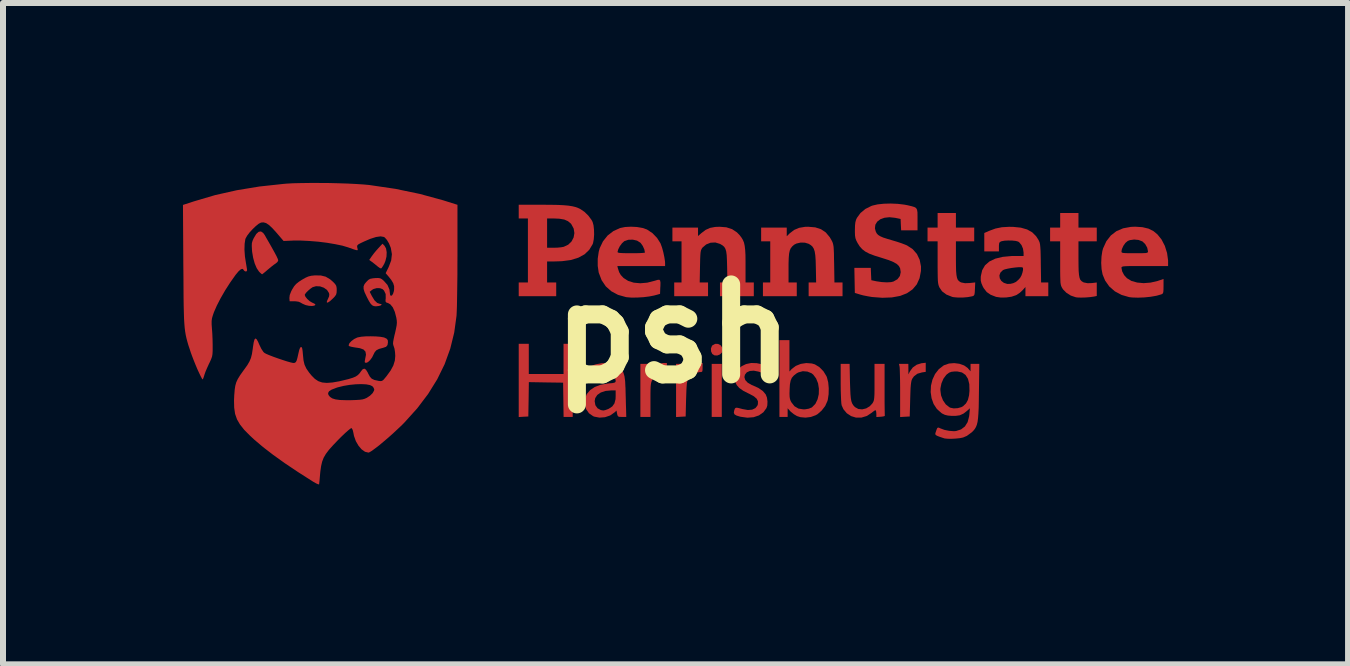
<source format=kicad_pcb>
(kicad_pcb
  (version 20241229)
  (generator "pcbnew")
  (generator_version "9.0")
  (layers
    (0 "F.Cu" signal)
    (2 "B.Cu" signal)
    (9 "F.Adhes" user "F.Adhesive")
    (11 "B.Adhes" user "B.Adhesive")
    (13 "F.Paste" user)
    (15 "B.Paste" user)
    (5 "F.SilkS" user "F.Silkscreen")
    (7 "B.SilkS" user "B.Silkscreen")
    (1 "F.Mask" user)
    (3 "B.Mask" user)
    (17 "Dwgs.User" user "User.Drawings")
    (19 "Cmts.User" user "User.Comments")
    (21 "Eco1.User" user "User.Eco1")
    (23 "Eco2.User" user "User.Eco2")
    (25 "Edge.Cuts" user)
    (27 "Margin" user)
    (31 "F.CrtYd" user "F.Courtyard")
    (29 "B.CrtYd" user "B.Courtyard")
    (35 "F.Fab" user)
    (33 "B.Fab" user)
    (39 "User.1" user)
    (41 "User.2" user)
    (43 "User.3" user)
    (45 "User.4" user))
  (footprint "psh"
    (layer "F.Cu")
    (at 8.174 2.513)
    (property "Reference" "psh" (at 0 0 0) (layer "F.SilkS") (effects (font (size 1.5 1.5) (thickness 0.3))))
    (attr board_only exclude_from_pos_files exclude_from_bom)
    (fp_poly (pts (xy 0.808 0.945) (xy 0.808 1.387) (xy 0.724 1.387) (xy 0.64 1.387) (xy 0.64 0.945) (xy 0.64 0.503) (xy 0.724 0.503) (xy 0.808 0.503)) (stroke (width 0) (type solid)) (fill yes) (layer "F.Cu"))
    (fp_poly (pts (xy 0.746 0.17) (xy 0.788 0.192) (xy 0.816 0.232) (xy 0.823 0.27) (xy 0.81 0.314) (xy 0.777 0.346) (xy 0.733 0.363) (xy 0.687 0.361) (xy 0.65 0.338) (xy 0.63 0.296) (xy 0.627 0.247) (xy 0.644 0.203) (xy 0.653 0.193) (xy 0.698 0.169)) (stroke (width 0) (type solid)) (fill yes) (layer "F.Cu"))
    (fp_poly (pts (xy -4.814 -1.466) (xy -4.789 -1.422) (xy -4.778 -1.359) (xy -4.781 -1.287) (xy -4.799 -1.213) (xy -4.818 -1.167) (xy -4.842 -1.125) (xy -4.862 -1.096) (xy -4.871 -1.088) (xy -4.891 -1.094) (xy -4.922 -1.116) (xy -4.933 -1.125) (xy -4.977 -1.161) (xy -5.02 -1.195) (xy -5.025 -1.198) (xy -5.069 -1.23) (xy -5.025 -1.294) (xy -4.989 -1.342) (xy -4.944 -1.396) (xy -4.914 -1.429) (xy -4.848 -1.5)) (stroke (width 0) (type solid)) (fill yes) (layer "F.Cu"))
    (fp_poly (pts (xy -2.409 0.419) (xy -2.409 0.671) (xy -2.119 0.671) (xy -1.83 0.671) (xy -1.83 0.419) (xy -1.83 0.168) (xy -1.753 0.168) (xy -1.677 0.168) (xy -1.677 0.778) (xy -1.677 1.387) (xy -1.753 1.387) (xy -1.829 1.387) (xy -1.833 1.102) (xy -1.837 0.816) (xy -2.123 0.812) (xy -2.408 0.807) (xy -2.412 1.094) (xy -2.417 1.38) (xy -2.497 1.384) (xy -2.577 1.389) (xy -2.577 0.778) (xy -2.577 0.168) (xy -2.493 0.168) (xy -2.409 0.168)) (stroke (width 0) (type solid)) (fill yes) (layer "F.Cu"))
    (fp_poly (pts (xy 0.488 0.564) (xy 0.487 0.609) (xy 0.481 0.632) (xy 0.464 0.639) (xy 0.438 0.64) (xy 0.369 0.654) (xy 0.304 0.691) (xy 0.255 0.743) (xy 0.252 0.749) (xy 0.241 0.77) (xy 0.232 0.796) (xy 0.226 0.831) (xy 0.222 0.881) (xy 0.218 0.948) (xy 0.215 1.04) (xy 0.213 1.09) (xy 0.206 1.38) (xy 0.126 1.384) (xy 0.046 1.389) (xy 0.046 0.946) (xy 0.046 0.503) (xy 0.114 0.503) (xy 0.181 0.503) (xy 0.186 0.582) (xy 0.191 0.661) (xy 0.231 0.6) (xy 0.289 0.538) (xy 0.362 0.499) (xy 0.433 0.488) (xy 0.488 0.488)) (stroke (width 0) (type solid)) (fill yes) (layer "F.Cu"))
    (fp_poly (pts (xy -0.107 0.564) (xy -0.108 0.609) (xy -0.114 0.632) (xy -0.13 0.639) (xy -0.157 0.64) (xy -0.229 0.655) (xy -0.294 0.695) (xy -0.343 0.757) (xy -0.346 0.762) (xy -0.359 0.788) (xy -0.368 0.813) (xy -0.374 0.844) (xy -0.378 0.885) (xy -0.38 0.942) (xy -0.381 1.02) (xy -0.381 1.108) (xy -0.381 1.387) (xy -0.465 1.387) (xy -0.549 1.387) (xy -0.549 0.945) (xy -0.549 0.503) (xy -0.48 0.503) (xy -0.412 0.503) (xy -0.412 0.591) (xy -0.411 0.678) (xy -0.372 0.613) (xy -0.319 0.551) (xy -0.25 0.508) (xy -0.174 0.488) (xy -0.161 0.488) (xy -0.107 0.488)) (stroke (width 0) (type solid)) (fill yes) (layer "F.Cu"))
    (fp_poly (pts (xy 4.208 0.56) (xy 4.208 0.636) (xy 4.146 0.645) (xy 4.069 0.667) (xy 4.011 0.711) (xy 3.983 0.751) (xy 3.973 0.774) (xy 3.966 0.805) (xy 3.96 0.848) (xy 3.955 0.909) (xy 3.952 0.991) (xy 3.949 1.09) (xy 3.941 1.38) (xy 3.861 1.384) (xy 3.781 1.389) (xy 3.781 0.994) (xy 3.781 0.884) (xy 3.78 0.783) (xy 3.778 0.694) (xy 3.776 0.622) (xy 3.774 0.572) (xy 3.772 0.551) (xy 3.762 0.503) (xy 3.84 0.503) (xy 3.918 0.503) (xy 3.919 0.591) (xy 3.919 0.678) (xy 3.944 0.628) (xy 3.992 0.563) (xy 4.059 0.516) (xy 4.137 0.492) (xy 4.139 0.492) (xy 4.208 0.484)) (stroke (width 0) (type solid)) (fill yes) (layer "F.Cu"))
    (fp_poly (pts (xy -6.837 -1.68) (xy -6.81 -1.643) (xy -6.788 -1.603) (xy -6.755 -1.546) (xy -6.716 -1.478) (xy -6.68 -1.414) (xy -6.644 -1.349) (xy -6.614 -1.292) (xy -6.594 -1.248) (xy -6.586 -1.224) (xy -6.586 -1.223) (xy -6.598 -1.197) (xy -6.628 -1.171) (xy -6.628 -1.171) (xy -6.66 -1.149) (xy -6.706 -1.113) (xy -6.755 -1.072) (xy -6.759 -1.069) (xy -6.802 -1.032) (xy -6.836 -1.004) (xy -6.854 -0.991) (xy -6.856 -0.991) (xy -6.87 -1.001) (xy -6.897 -1.026) (xy -6.908 -1.038) (xy -6.945 -1.093) (xy -6.978 -1.171) (xy -7.004 -1.265) (xy -7.021 -1.366) (xy -7.024 -1.403) (xy -7.027 -1.466) (xy -7.025 -1.511) (xy -7.014 -1.549) (xy -6.994 -1.594) (xy -6.992 -1.597) (xy -6.952 -1.663) (xy -6.912 -1.699) (xy -6.874 -1.705)) (stroke (width 0) (type solid)) (fill yes) (layer "F.Cu"))
    (fp_poly (pts (xy -4.959 0.045) (xy -4.886 0.051) (xy -4.829 0.061) (xy -4.813 0.066) (xy -4.776 0.085) (xy -4.76 0.108) (xy -4.757 0.142) (xy -4.764 0.189) (xy -4.788 0.218) (xy -4.837 0.235) (xy -4.841 0.236) (xy -4.907 0.254) (xy -4.95 0.276) (xy -4.977 0.307) (xy -4.991 0.334) (xy -5.02 0.393) (xy -5.055 0.441) (xy -5.091 0.474) (xy -5.122 0.486) (xy -5.142 0.479) (xy -5.144 0.46) (xy -5.137 0.425) (xy -5.137 0.422) (xy -5.123 0.35) (xy -5.132 0.298) (xy -5.165 0.263) (xy -5.223 0.242) (xy -5.245 0.238) (xy -5.318 0.227) (xy -5.366 0.218) (xy -5.395 0.21) (xy -5.408 0.203) (xy -5.412 0.193) (xy -5.412 0.191) (xy -5.4 0.159) (xy -5.366 0.123) (xy -5.321 0.089) (xy -5.272 0.065) (xy -5.259 0.061) (xy -5.201 0.05) (xy -5.126 0.044) (xy -5.043 0.043)) (stroke (width 0) (type solid)) (fill yes) (layer "F.Cu"))
    (fp_poly (pts (xy 6.754 -1.891) (xy 6.754 -1.769) (xy 6.906 -1.769) (xy 7.059 -1.769) (xy 7.059 -1.654) (xy 7.059 -1.54) (xy 6.906 -1.54) (xy 6.754 -1.54) (xy 6.754 -1.249) (xy 6.755 -1.134) (xy 6.757 -1.046) (xy 6.763 -0.98) (xy 6.772 -0.932) (xy 6.785 -0.899) (xy 6.805 -0.877) (xy 6.831 -0.86) (xy 6.845 -0.854) (xy 6.906 -0.842) (xy 6.976 -0.844) (xy 7.059 -0.854) (xy 7.059 -0.741) (xy 7.059 -0.629) (xy 7.011 -0.619) (xy 6.946 -0.61) (xy 6.871 -0.604) (xy 6.797 -0.602) (xy 6.735 -0.604) (xy 6.708 -0.608) (xy 6.626 -0.636) (xy 6.552 -0.683) (xy 6.496 -0.74) (xy 6.486 -0.756) (xy 6.474 -0.777) (xy 6.465 -0.797) (xy 6.459 -0.821) (xy 6.454 -0.853) (xy 6.452 -0.898) (xy 6.45 -0.96) (xy 6.449 -1.042) (xy 6.449 -1.15) (xy 6.449 -1.179) (xy 6.449 -1.54) (xy 6.365 -1.54) (xy 6.281 -1.54) (xy 6.281 -1.654) (xy 6.281 -1.769) (xy 6.365 -1.769) (xy 6.449 -1.769) (xy 6.449 -1.891) (xy 6.449 -2.012) (xy 6.602 -2.012) (xy 6.754 -2.012)) (stroke (width 0) (type solid)) (fill yes) (layer "F.Cu"))
    (fp_poly (pts (xy 4.711 -1.891) (xy 4.711 -1.769) (xy 4.864 -1.769) (xy 5.016 -1.769) (xy 5.016 -1.654) (xy 5.016 -1.54) (xy 4.864 -1.54) (xy 4.711 -1.54) (xy 4.711 -1.249) (xy 4.712 -1.134) (xy 4.714 -1.046) (xy 4.72 -0.98) (xy 4.729 -0.932) (xy 4.742 -0.899) (xy 4.762 -0.877) (xy 4.787 -0.86) (xy 4.802 -0.854) (xy 4.863 -0.842) (xy 4.941 -0.845) (xy 5.033 -0.855) (xy 5.028 -0.745) (xy 5.025 -0.688) (xy 5.02 -0.654) (xy 5.01 -0.636) (xy 4.993 -0.627) (xy 4.978 -0.623) (xy 4.908 -0.61) (xy 4.826 -0.603) (xy 4.744 -0.603) (xy 4.674 -0.609) (xy 4.649 -0.614) (xy 4.552 -0.653) (xy 4.48 -0.707) (xy 4.438 -0.768) (xy 4.428 -0.791) (xy 4.42 -0.815) (xy 4.414 -0.846) (xy 4.41 -0.886) (xy 4.408 -0.941) (xy 4.407 -1.016) (xy 4.406 -1.114) (xy 4.406 -1.186) (xy 4.406 -1.54) (xy 4.322 -1.54) (xy 4.238 -1.54) (xy 4.238 -1.654) (xy 4.238 -1.769) (xy 4.322 -1.769) (xy 4.406 -1.769) (xy 4.406 -1.891) (xy 4.406 -2.012) (xy 4.559 -2.012) (xy 4.711 -2.012)) (stroke (width 0) (type solid)) (fill yes) (layer "F.Cu"))
    (fp_poly (pts (xy 2.945 0.804) (xy 2.949 0.919) (xy 2.953 1.007) (xy 2.959 1.074) (xy 2.968 1.124) (xy 2.981 1.161) (xy 2.998 1.19) (xy 3.021 1.216) (xy 3.031 1.225) (xy 3.085 1.255) (xy 3.149 1.261) (xy 3.215 1.245) (xy 3.275 1.209) (xy 3.32 1.16) (xy 3.331 1.141) (xy 3.34 1.121) (xy 3.346 1.095) (xy 3.35 1.06) (xy 3.353 1.009) (xy 3.354 0.939) (xy 3.354 0.844) (xy 3.354 0.806) (xy 3.354 0.503) (xy 3.438 0.503) (xy 3.522 0.503) (xy 3.522 0.93) (xy 3.522 1.041) (xy 3.522 1.143) (xy 3.523 1.23) (xy 3.524 1.299) (xy 3.525 1.346) (xy 3.526 1.368) (xy 3.526 1.368) (xy 3.514 1.376) (xy 3.481 1.382) (xy 3.457 1.384) (xy 3.385 1.389) (xy 3.385 1.337) (xy 3.382 1.3) (xy 3.375 1.277) (xy 3.375 1.276) (xy 3.359 1.279) (xy 3.329 1.3) (xy 3.307 1.318) (xy 3.227 1.371) (xy 3.137 1.398) (xy 3.044 1.398) (xy 2.965 1.374) (xy 2.892 1.326) (xy 2.836 1.259) (xy 2.806 1.193) (xy 2.801 1.16) (xy 2.797 1.103) (xy 2.794 1.026) (xy 2.791 0.936) (xy 2.79 0.838) (xy 2.79 0.819) (xy 2.79 0.503) (xy 2.864 0.503) (xy 2.939 0.503)) (stroke (width 0) (type solid)) (fill yes) (layer "F.Cu"))
    (fp_poly (pts (xy -5.877 -0.971) (xy -5.795 -0.951) (xy -5.721 -0.907) (xy -5.675 -0.867) (xy -5.638 -0.829) (xy -5.619 -0.798) (xy -5.612 -0.763) (xy -5.611 -0.728) (xy -5.613 -0.683) (xy -5.622 -0.65) (xy -5.645 -0.618) (xy -5.677 -0.585) (xy -5.724 -0.542) (xy -5.758 -0.52) (xy -5.775 -0.52) (xy -5.775 -0.54) (xy -5.758 -0.578) (xy -5.738 -0.623) (xy -5.735 -0.657) (xy -5.741 -0.68) (xy -5.773 -0.73) (xy -5.826 -0.767) (xy -5.889 -0.789) (xy -5.956 -0.792) (xy -6.012 -0.776) (xy -6.047 -0.752) (xy -6.086 -0.719) (xy -6.12 -0.685) (xy -6.141 -0.656) (xy -6.144 -0.646) (xy -6.132 -0.616) (xy -6.102 -0.579) (xy -6.062 -0.543) (xy -6.02 -0.518) (xy -6.014 -0.516) (xy -5.981 -0.5) (xy -5.966 -0.484) (xy -5.966 -0.481) (xy -5.985 -0.468) (xy -6.024 -0.462) (xy -6.073 -0.465) (xy -6.123 -0.476) (xy -6.133 -0.479) (xy -6.177 -0.498) (xy -6.211 -0.517) (xy -6.216 -0.52) (xy -6.245 -0.533) (xy -6.292 -0.54) (xy -6.318 -0.541) (xy -6.396 -0.541) (xy -6.4 -0.595) (xy -6.394 -0.645) (xy -6.37 -0.707) (xy -6.353 -0.739) (xy -6.321 -0.791) (xy -6.287 -0.83) (xy -6.242 -0.866) (xy -6.193 -0.898) (xy -6.132 -0.933) (xy -6.084 -0.954) (xy -6.036 -0.966) (xy -5.977 -0.972)) (stroke (width 0) (type solid)) (fill yes) (layer "F.Cu"))
    (fp_poly (pts (xy -2.044 -2.149) (xy -1.924 -2.147) (xy -1.827 -2.142) (xy -1.749 -2.135) (xy -1.685 -2.125) (xy -1.631 -2.112) (xy -1.585 -2.095) (xy -1.555 -2.081) (xy -1.483 -2.033) (xy -1.416 -1.968) (xy -1.362 -1.895) (xy -1.345 -1.862) (xy -1.33 -1.807) (xy -1.322 -1.734) (xy -1.32 -1.652) (xy -1.326 -1.574) (xy -1.338 -1.511) (xy -1.345 -1.492) (xy -1.401 -1.399) (xy -1.479 -1.324) (xy -1.581 -1.268) (xy -1.706 -1.229) (xy -1.856 -1.209) (xy -1.971 -1.205) (xy -2.104 -1.204) (xy -2.104 -1.029) (xy -2.104 -0.854) (xy -2.028 -0.854) (xy -1.952 -0.854) (xy -1.952 -0.739) (xy -1.952 -0.625) (xy -2.264 -0.625) (xy -2.577 -0.625) (xy -2.577 -0.739) (xy -2.577 -0.854) (xy -2.5 -0.854) (xy -2.424 -0.854) (xy -2.424 -1.387) (xy -2.424 -1.677) (xy -2.104 -1.677) (xy -2.104 -1.433) (xy -1.993 -1.433) (xy -1.929 -1.435) (xy -1.868 -1.441) (xy -1.826 -1.449) (xy -1.752 -1.484) (xy -1.697 -1.537) (xy -1.662 -1.604) (xy -1.649 -1.678) (xy -1.661 -1.753) (xy -1.699 -1.824) (xy -1.708 -1.836) (xy -1.756 -1.876) (xy -1.817 -1.903) (xy -1.898 -1.917) (xy -1.988 -1.921) (xy -2.104 -1.921) (xy -2.104 -1.677) (xy -2.424 -1.677) (xy -2.424 -1.921) (xy -2.5 -1.921) (xy -2.577 -1.921) (xy -2.577 -2.035) (xy -2.577 -2.15) (xy -2.191 -2.15)) (stroke (width 0) (type solid)) (fill yes) (layer "F.Cu"))
    (fp_poly (pts (xy 1.391 0.491) (xy 1.448 0.503) (xy 1.501 0.52) (xy 1.528 0.537) (xy 1.535 0.56) (xy 1.527 0.596) (xy 1.525 0.6) (xy 1.512 0.636) (xy 1.501 0.655) (xy 1.5 0.656) (xy 1.482 0.651) (xy 1.445 0.64) (xy 1.417 0.631) (xy 1.341 0.616) (xy 1.276 0.621) (xy 1.225 0.644) (xy 1.194 0.683) (xy 1.185 0.724) (xy 1.2 0.773) (xy 1.242 0.818) (xy 1.307 0.855) (xy 1.324 0.861) (xy 1.418 0.904) (xy 1.492 0.955) (xy 1.54 1.011) (xy 1.561 1.064) (xy 1.57 1.131) (xy 1.567 1.196) (xy 1.553 1.24) (xy 1.501 1.31) (xy 1.427 1.362) (xy 1.338 1.392) (xy 1.236 1.4) (xy 1.125 1.385) (xy 1.108 1.381) (xy 1.051 1.363) (xy 1.02 1.344) (xy 1.009 1.318) (xy 1.015 1.281) (xy 1.016 1.278) (xy 1.025 1.251) (xy 1.037 1.237) (xy 1.059 1.233) (xy 1.097 1.241) (xy 1.157 1.257) (xy 1.159 1.257) (xy 1.243 1.272) (xy 1.314 1.266) (xy 1.369 1.24) (xy 1.403 1.196) (xy 1.41 1.174) (xy 1.411 1.126) (xy 1.39 1.084) (xy 1.344 1.044) (xy 1.271 1.004) (xy 1.26 0.999) (xy 1.167 0.952) (xy 1.1 0.905) (xy 1.057 0.856) (xy 1.035 0.808) (xy 1.025 0.729) (xy 1.041 0.656) (xy 1.08 0.593) (xy 1.139 0.542) (xy 1.212 0.506) (xy 1.298 0.488)) (stroke (width 0) (type solid)) (fill yes) (layer "F.Cu"))
    (fp_poly (pts (xy 2.366 -1.773) (xy 2.462 -1.742) (xy 2.542 -1.688) (xy 2.608 -1.609) (xy 2.635 -1.563) (xy 2.649 -1.536) (xy 2.659 -1.511) (xy 2.666 -1.483) (xy 2.672 -1.448) (xy 2.675 -1.399) (xy 2.678 -1.333) (xy 2.679 -1.244) (xy 2.681 -1.17) (xy 2.686 -0.854) (xy 2.753 -0.854) (xy 2.821 -0.854) (xy 2.821 -0.739) (xy 2.821 -0.625) (xy 2.538 -0.625) (xy 2.256 -0.625) (xy 2.256 -0.739) (xy 2.256 -0.854) (xy 2.319 -0.854) (xy 2.381 -0.854) (xy 2.376 -1.109) (xy 2.373 -1.221) (xy 2.367 -1.307) (xy 2.357 -1.371) (xy 2.341 -1.418) (xy 2.319 -1.453) (xy 2.289 -1.479) (xy 2.256 -1.499) (xy 2.193 -1.518) (xy 2.12 -1.519) (xy 2.052 -1.503) (xy 2.015 -1.484) (xy 1.983 -1.456) (xy 1.958 -1.425) (xy 1.941 -1.386) (xy 1.93 -1.334) (xy 1.924 -1.263) (xy 1.921 -1.17) (xy 1.921 -1.102) (xy 1.921 -0.854) (xy 1.99 -0.854) (xy 2.058 -0.854) (xy 2.058 -0.739) (xy 2.058 -0.625) (xy 1.776 -0.625) (xy 1.494 -0.625) (xy 1.494 -0.739) (xy 1.494 -0.854) (xy 1.555 -0.854) (xy 1.616 -0.854) (xy 1.616 -1.197) (xy 1.616 -1.54) (xy 1.54 -1.54) (xy 1.464 -1.54) (xy 1.464 -1.654) (xy 1.464 -1.769) (xy 1.677 -1.769) (xy 1.891 -1.769) (xy 1.891 -1.697) (xy 1.891 -1.625) (xy 1.94 -1.673) (xy 2.014 -1.73) (xy 2.097 -1.765) (xy 2.198 -1.782) (xy 2.249 -1.783)) (stroke (width 0) (type solid)) (fill yes) (layer "F.Cu"))
    (fp_poly (pts (xy 0.884 -1.774) (xy 0.98 -1.743) (xy 1.06 -1.69) (xy 1.102 -1.647) (xy 1.134 -1.606) (xy 1.159 -1.565) (xy 1.178 -1.52) (xy 1.19 -1.465) (xy 1.198 -1.397) (xy 1.203 -1.31) (xy 1.204 -1.199) (xy 1.204 -1.148) (xy 1.204 -0.854) (xy 1.273 -0.854) (xy 1.342 -0.854) (xy 1.342 -0.739) (xy 1.342 -0.625) (xy 1.06 -0.625) (xy 0.778 -0.625) (xy 0.778 -0.739) (xy 0.778 -0.854) (xy 0.84 -0.854) (xy 0.902 -0.854) (xy 0.897 -1.12) (xy 0.894 -1.227) (xy 0.89 -1.309) (xy 0.882 -1.37) (xy 0.869 -1.414) (xy 0.85 -1.446) (xy 0.824 -1.47) (xy 0.788 -1.492) (xy 0.776 -1.498) (xy 0.7 -1.521) (xy 0.621 -1.517) (xy 0.548 -1.488) (xy 0.487 -1.436) (xy 0.481 -1.428) (xy 0.47 -1.41) (xy 0.461 -1.388) (xy 0.455 -1.358) (xy 0.451 -1.314) (xy 0.448 -1.251) (xy 0.446 -1.165) (xy 0.445 -1.12) (xy 0.44 -0.854) (xy 0.509 -0.854) (xy 0.579 -0.854) (xy 0.579 -0.739) (xy 0.579 -0.625) (xy 0.297 -0.625) (xy 0.015 -0.625) (xy 0.015 -0.739) (xy 0.015 -0.854) (xy 0.076 -0.854) (xy 0.137 -0.854) (xy 0.137 -1.197) (xy 0.137 -1.54) (xy 0.061 -1.54) (xy -0.015 -1.54) (xy -0.015 -1.654) (xy -0.015 -1.769) (xy 0.198 -1.769) (xy 0.412 -1.769) (xy 0.412 -1.698) (xy 0.412 -1.628) (xy 0.468 -1.677) (xy 0.539 -1.731) (xy 0.613 -1.764) (xy 0.698 -1.78) (xy 0.77 -1.783)) (stroke (width 0) (type solid)) (fill yes) (layer "F.Cu"))
    (fp_poly (pts (xy 1.936 0.368) (xy 1.936 0.63) (xy 1.974 0.588) (xy 2.041 0.537) (xy 2.125 0.503) (xy 2.217 0.489) (xy 2.308 0.496) (xy 2.36 0.511) (xy 2.435 0.557) (xy 2.502 0.625) (xy 2.552 0.706) (xy 2.561 0.728) (xy 2.582 0.81) (xy 2.591 0.908) (xy 2.589 1.009) (xy 2.575 1.102) (xy 2.569 1.122) (xy 2.532 1.205) (xy 2.473 1.281) (xy 2.403 1.342) (xy 2.373 1.359) (xy 2.293 1.388) (xy 2.204 1.399) (xy 2.118 1.391) (xy 2.062 1.373) (xy 2.01 1.342) (xy 1.961 1.303) (xy 1.951 1.293) (xy 1.906 1.243) (xy 1.906 1.315) (xy 1.906 1.387) (xy 1.837 1.387) (xy 1.769 1.387) (xy 1.769 1.002) (xy 1.937 1.002) (xy 1.939 1.052) (xy 1.945 1.089) (xy 1.956 1.12) (xy 1.969 1.144) (xy 2.02 1.209) (xy 2.086 1.248) (xy 2.167 1.261) (xy 2.192 1.261) (xy 2.258 1.25) (xy 2.309 1.229) (xy 2.314 1.225) (xy 2.369 1.168) (xy 2.405 1.093) (xy 2.425 1.007) (xy 2.427 0.916) (xy 2.413 0.827) (xy 2.381 0.747) (xy 2.333 0.682) (xy 2.304 0.659) (xy 2.235 0.631) (xy 2.159 0.625) (xy 2.087 0.644) (xy 2.058 0.659) (xy 2.009 0.697) (xy 1.976 0.735) (xy 1.956 0.781) (xy 1.944 0.843) (xy 1.939 0.928) (xy 1.939 0.93) (xy 1.937 1.002) (xy 1.769 1.002) (xy 1.769 0.747) (xy 1.769 0.107) (xy 1.852 0.107) (xy 1.936 0.107)) (stroke (width 0) (type solid)) (fill yes) (layer "F.Cu"))
    (fp_poly (pts (xy -1.01 0.504) (xy -0.935 0.532) (xy -0.897 0.559) (xy -0.859 0.6) (xy -0.832 0.648) (xy -0.814 0.71) (xy -0.803 0.79) (xy -0.798 0.895) (xy -0.797 0.9) (xy -0.795 0.992) (xy -0.792 1.091) (xy -0.79 1.183) (xy -0.788 1.239) (xy -0.784 1.387) (xy -0.855 1.387) (xy -0.899 1.386) (xy -0.921 1.378) (xy -0.932 1.357) (xy -0.937 1.334) (xy -0.947 1.281) (xy -0.98 1.312) (xy -1.053 1.363) (xy -1.139 1.392) (xy -1.23 1.399) (xy -1.315 1.383) (xy -1.336 1.375) (xy -1.406 1.326) (xy -1.453 1.258) (xy -1.475 1.174) (xy -1.475 1.174) (xy -1.474 1.124) (xy -1.311 1.124) (xy -1.299 1.192) (xy -1.263 1.243) (xy -1.208 1.273) (xy -1.167 1.28) (xy -1.136 1.274) (xy -1.092 1.258) (xy -1.076 1.251) (xy -1.017 1.212) (xy -0.981 1.161) (xy -0.963 1.091) (xy -0.961 1.038) (xy -0.961 0.945) (xy -1.033 0.945) (xy -1.13 0.954) (xy -1.209 0.98) (xy -1.268 1.021) (xy -1.302 1.074) (xy -1.311 1.124) (xy -1.474 1.124) (xy -1.472 1.083) (xy -1.443 1.007) (xy -1.387 0.941) (xy -1.385 0.939) (xy -1.309 0.888) (xy -1.218 0.853) (xy -1.105 0.832) (xy -1.071 0.828) (xy -1.014 0.823) (xy -0.981 0.816) (xy -0.965 0.806) (xy -0.961 0.79) (xy -0.961 0.782) (xy -0.975 0.719) (xy -1.013 0.666) (xy -1.07 0.628) (xy -1.14 0.61) (xy -1.156 0.61) (xy -1.201 0.615) (xy -1.262 0.63) (xy -1.326 0.65) (xy -1.359 0.662) (xy -1.379 0.662) (xy -1.396 0.637) (xy -1.401 0.622) (xy -1.409 0.587) (xy -1.401 0.561) (xy -1.373 0.54) (xy -1.322 0.52) (xy -1.29 0.51) (xy -1.196 0.492) (xy -1.1 0.49)) (stroke (width 0) (type solid)) (fill yes) (layer "F.Cu"))
    (fp_poly (pts (xy -0.606 -1.779) (xy -0.513 -1.763) (xy -0.438 -1.737) (xy -0.434 -1.734) (xy -0.347 -1.676) (xy -0.271 -1.597) (xy -0.215 -1.509) (xy -0.211 -1.499) (xy -0.188 -1.437) (xy -0.167 -1.36) (xy -0.15 -1.28) (xy -0.139 -1.209) (xy -0.137 -1.178) (xy -0.137 -1.128) (xy -0.535 -1.128) (xy -0.933 -1.128) (xy -0.924 -1.091) (xy -0.903 -1.026) (xy -0.875 -0.978) (xy -0.831 -0.931) (xy -0.826 -0.927) (xy -0.752 -0.88) (xy -0.659 -0.851) (xy -0.551 -0.841) (xy -0.434 -0.851) (xy -0.313 -0.882) (xy -0.309 -0.883) (xy -0.263 -0.897) (xy -0.235 -0.9) (xy -0.22 -0.887) (xy -0.214 -0.854) (xy -0.215 -0.796) (xy -0.217 -0.769) (xy -0.221 -0.664) (xy -0.319 -0.637) (xy -0.401 -0.621) (xy -0.498 -0.609) (xy -0.602 -0.603) (xy -0.699 -0.602) (xy -0.78 -0.609) (xy -0.791 -0.611) (xy -0.922 -0.648) (xy -1.034 -0.708) (xy -1.125 -0.789) (xy -1.195 -0.892) (xy -1.242 -1.015) (xy -1.244 -1.021) (xy -1.26 -1.131) (xy -1.26 -1.25) (xy -1.244 -1.361) (xy -0.93 -1.361) (xy -0.922 -1.353) (xy -0.897 -1.347) (xy -0.85 -1.344) (xy -0.779 -1.342) (xy -0.701 -1.342) (xy -0.622 -1.342) (xy -0.554 -1.344) (xy -0.504 -1.347) (xy -0.476 -1.351) (xy -0.473 -1.353) (xy -0.483 -1.405) (xy -0.509 -1.463) (xy -0.543 -1.511) (xy -0.549 -1.517) (xy -0.605 -1.552) (xy -0.675 -1.568) (xy -0.749 -1.566) (xy -0.814 -1.544) (xy -0.82 -1.54) (xy -0.856 -1.507) (xy -0.892 -1.458) (xy -0.918 -1.406) (xy -0.93 -1.362) (xy -0.93 -1.361) (xy -1.244 -1.361) (xy -1.243 -1.367) (xy -1.227 -1.426) (xy -1.173 -1.539) (xy -1.096 -1.636) (xy -0.999 -1.711) (xy -0.887 -1.762) (xy -0.887 -1.762) (xy -0.803 -1.779) (xy -0.706 -1.784)) (stroke (width 0) (type solid)) (fill yes) (layer "F.Cu"))
    (fp_poly (pts (xy 7.82 -1.776) (xy 7.921 -1.752) (xy 8.006 -1.709) (xy 8.07 -1.656) (xy 8.139 -1.57) (xy 8.194 -1.464) (xy 8.231 -1.345) (xy 8.248 -1.222) (xy 8.248 -1.196) (xy 8.248 -1.128) (xy 7.859 -1.128) (xy 7.741 -1.128) (xy 7.649 -1.128) (xy 7.581 -1.127) (xy 7.533 -1.125) (xy 7.501 -1.122) (xy 7.483 -1.117) (xy 7.474 -1.111) (xy 7.471 -1.103) (xy 7.471 -1.097) (xy 7.483 -1.038) (xy 7.515 -0.977) (xy 7.561 -0.926) (xy 7.637 -0.88) (xy 7.732 -0.853) (xy 7.84 -0.843) (xy 7.956 -0.852) (xy 8.073 -0.879) (xy 8.087 -0.884) (xy 8.172 -0.913) (xy 8.172 -0.792) (xy 8.171 -0.731) (xy 8.168 -0.694) (xy 8.161 -0.673) (xy 8.147 -0.661) (xy 8.132 -0.655) (xy 8.055 -0.633) (xy 7.958 -0.616) (xy 7.852 -0.605) (xy 7.746 -0.601) (xy 7.65 -0.604) (xy 7.599 -0.61) (xy 7.472 -0.647) (xy 7.361 -0.706) (xy 7.268 -0.787) (xy 7.198 -0.886) (xy 7.156 -0.988) (xy 7.139 -1.077) (xy 7.133 -1.181) (xy 7.138 -1.286) (xy 7.151 -1.373) (xy 7.471 -1.373) (xy 7.472 -1.361) (xy 7.479 -1.352) (xy 7.497 -1.347) (xy 7.53 -1.344) (xy 7.583 -1.342) (xy 7.66 -1.342) (xy 7.692 -1.342) (xy 7.778 -1.342) (xy 7.838 -1.343) (xy 7.877 -1.345) (xy 7.899 -1.35) (xy 7.91 -1.357) (xy 7.913 -1.368) (xy 7.913 -1.373) (xy 7.9 -1.434) (xy 7.867 -1.493) (xy 7.822 -1.537) (xy 7.818 -1.539) (xy 7.756 -1.563) (xy 7.682 -1.57) (xy 7.611 -1.56) (xy 7.577 -1.547) (xy 7.538 -1.515) (xy 7.503 -1.466) (xy 7.478 -1.411) (xy 7.471 -1.373) (xy 7.151 -1.373) (xy 7.153 -1.382) (xy 7.164 -1.422) (xy 7.219 -1.542) (xy 7.293 -1.637) (xy 7.386 -1.709) (xy 7.498 -1.757) (xy 7.628 -1.781) (xy 7.699 -1.784)) (stroke (width 0) (type solid)) (fill yes) (layer "F.Cu"))
    (fp_poly (pts (xy 3.741 -2.165) (xy 3.85 -2.152) (xy 3.903 -2.142) (xy 3.971 -2.126) (xy 4.018 -2.112) (xy 4.047 -2.095) (xy 4.063 -2.067) (xy 4.07 -2.025) (xy 4.071 -1.961) (xy 4.071 -1.905) (xy 4.071 -1.723) (xy 3.934 -1.723) (xy 3.798 -1.723) (xy 3.793 -1.818) (xy 3.789 -1.913) (xy 3.697 -1.932) (xy 3.603 -1.942) (xy 3.52 -1.933) (xy 3.451 -1.908) (xy 3.399 -1.868) (xy 3.368 -1.817) (xy 3.361 -1.756) (xy 3.375 -1.703) (xy 3.391 -1.672) (xy 3.414 -1.647) (xy 3.449 -1.625) (xy 3.499 -1.603) (xy 3.571 -1.58) (xy 3.652 -1.556) (xy 3.729 -1.533) (xy 3.804 -1.508) (xy 3.867 -1.484) (xy 3.897 -1.471) (xy 3.99 -1.41) (xy 4.061 -1.329) (xy 4.107 -1.232) (xy 4.129 -1.121) (xy 4.128 -1.045) (xy 4.105 -0.925) (xy 4.059 -0.823) (xy 3.989 -0.74) (xy 3.896 -0.675) (xy 3.781 -0.63) (xy 3.643 -0.605) (xy 3.485 -0.599) (xy 3.312 -0.612) (xy 3.241 -0.624) (xy 3.166 -0.639) (xy 3.114 -0.653) (xy 3.026 -0.68) (xy 3.022 -0.889) (xy 3.018 -1.098) (xy 3.155 -1.098) (xy 3.292 -1.098) (xy 3.296 -0.995) (xy 3.301 -0.892) (xy 3.385 -0.874) (xy 3.473 -0.861) (xy 3.558 -0.856) (xy 3.63 -0.86) (xy 3.67 -0.87) (xy 3.736 -0.908) (xy 3.777 -0.962) (xy 3.791 -1.027) (xy 3.781 -1.09) (xy 3.761 -1.128) (xy 3.725 -1.163) (xy 3.671 -1.194) (xy 3.594 -1.226) (xy 3.491 -1.259) (xy 3.469 -1.266) (xy 3.356 -1.301) (xy 3.268 -1.334) (xy 3.201 -1.369) (xy 3.149 -1.409) (xy 3.107 -1.456) (xy 3.071 -1.513) (xy 3.049 -1.556) (xy 3.036 -1.593) (xy 3.029 -1.637) (xy 3.027 -1.695) (xy 3.027 -1.73) (xy 3.029 -1.805) (xy 3.035 -1.858) (xy 3.046 -1.899) (xy 3.061 -1.931) (xy 3.12 -2.012) (xy 3.202 -2.08) (xy 3.302 -2.13) (xy 3.323 -2.137) (xy 3.406 -2.156) (xy 3.51 -2.167) (xy 3.624 -2.17)) (stroke (width 0) (type solid)) (fill yes) (layer "F.Cu"))
    (fp_poly (pts (xy 5.665 -1.781) (xy 5.793 -1.768) (xy 5.898 -1.738) (xy 5.982 -1.691) (xy 6.048 -1.625) (xy 6.088 -1.563) (xy 6.099 -1.54) (xy 6.108 -1.516) (xy 6.114 -1.485) (xy 6.118 -1.443) (xy 6.122 -1.386) (xy 6.124 -1.309) (xy 6.126 -1.206) (xy 6.126 -1.178) (xy 6.131 -0.854) (xy 6.191 -0.854) (xy 6.251 -0.854) (xy 6.251 -0.739) (xy 6.251 -0.625) (xy 6.06 -0.625) (xy 5.87 -0.625) (xy 5.87 -0.702) (xy 5.87 -0.779) (xy 5.823 -0.726) (xy 5.778 -0.684) (xy 5.725 -0.648) (xy 5.713 -0.642) (xy 5.638 -0.617) (xy 5.548 -0.604) (xy 5.458 -0.603) (xy 5.381 -0.614) (xy 5.291 -0.649) (xy 5.224 -0.695) (xy 5.174 -0.76) (xy 5.159 -0.787) (xy 5.136 -0.841) (xy 5.125 -0.887) (xy 5.125 -0.941) (xy 5.127 -0.962) (xy 5.129 -0.972) (xy 5.436 -0.972) (xy 5.442 -0.924) (xy 5.467 -0.881) (xy 5.51 -0.848) (xy 5.566 -0.83) (xy 5.618 -0.831) (xy 5.668 -0.843) (xy 5.711 -0.863) (xy 5.716 -0.867) (xy 5.754 -0.9) (xy 5.782 -0.932) (xy 5.804 -0.971) (xy 5.82 -1.018) (xy 5.83 -1.063) (xy 5.829 -1.095) (xy 5.825 -1.103) (xy 5.803 -1.109) (xy 5.759 -1.109) (xy 5.701 -1.104) (xy 5.638 -1.096) (xy 5.577 -1.085) (xy 5.527 -1.073) (xy 5.496 -1.061) (xy 5.496 -1.061) (xy 5.453 -1.019) (xy 5.436 -0.972) (xy 5.129 -0.972) (xy 5.149 -1.059) (xy 5.196 -1.14) (xy 5.269 -1.204) (xy 5.367 -1.251) (xy 5.49 -1.281) (xy 5.639 -1.295) (xy 5.691 -1.296) (xy 5.839 -1.296) (xy 5.839 -1.353) (xy 5.829 -1.418) (xy 5.804 -1.478) (xy 5.767 -1.523) (xy 5.748 -1.536) (xy 5.708 -1.547) (xy 5.65 -1.553) (xy 5.584 -1.554) (xy 5.521 -1.551) (xy 5.473 -1.542) (xy 5.467 -1.54) (xy 5.443 -1.528) (xy 5.432 -1.508) (xy 5.428 -1.47) (xy 5.428 -1.449) (xy 5.428 -1.372) (xy 5.306 -1.372) (xy 5.184 -1.372) (xy 5.184 -1.525) (xy 5.184 -1.679) (xy 5.264 -1.714) (xy 5.369 -1.753) (xy 5.477 -1.775) (xy 5.597 -1.782)) (stroke (width 0) (type solid)) (fill yes) (layer "F.Cu"))
    (fp_poly (pts (xy 4.769 0.501) (xy 4.848 0.529) (xy 4.909 0.573) (xy 4.916 0.582) (xy 4.955 0.627) (xy 4.955 0.565) (xy 4.955 0.503) (xy 5.028 0.503) (xy 5.101 0.503) (xy 5.095 0.957) (xy 5.093 1.106) (xy 5.091 1.229) (xy 5.086 1.328) (xy 5.08 1.407) (xy 5.072 1.469) (xy 5.06 1.518) (xy 5.044 1.557) (xy 5.025 1.589) (xy 5 1.619) (xy 4.977 1.642) (xy 4.894 1.703) (xy 4.831 1.73) (xy 4.778 1.741) (xy 4.71 1.748) (xy 4.638 1.752) (xy 4.573 1.751) (xy 4.523 1.746) (xy 4.513 1.743) (xy 4.444 1.72) (xy 4.4 1.703) (xy 4.376 1.689) (xy 4.367 1.674) (xy 4.369 1.657) (xy 4.369 1.657) (xy 4.387 1.603) (xy 4.4 1.573) (xy 4.414 1.564) (xy 4.433 1.569) (xy 4.452 1.578) (xy 4.519 1.603) (xy 4.599 1.619) (xy 4.677 1.625) (xy 4.714 1.622) (xy 4.797 1.595) (xy 4.861 1.546) (xy 4.906 1.474) (xy 4.931 1.379) (xy 4.935 1.347) (xy 4.944 1.243) (xy 4.9 1.283) (xy 4.837 1.332) (xy 4.775 1.36) (xy 4.702 1.37) (xy 4.643 1.37) (xy 4.575 1.364) (xy 4.526 1.352) (xy 4.483 1.331) (xy 4.469 1.322) (xy 4.394 1.255) (xy 4.339 1.171) (xy 4.305 1.075) (xy 4.29 0.972) (xy 4.292 0.938) (xy 4.452 0.938) (xy 4.463 1.027) (xy 4.495 1.11) (xy 4.543 1.179) (xy 4.604 1.227) (xy 4.62 1.234) (xy 4.675 1.245) (xy 4.741 1.241) (xy 4.802 1.224) (xy 4.831 1.208) (xy 4.879 1.162) (xy 4.911 1.104) (xy 4.93 1.027) (xy 4.937 0.953) (xy 4.934 0.84) (xy 4.912 0.752) (xy 4.871 0.687) (xy 4.812 0.646) (xy 4.734 0.629) (xy 4.692 0.629) (xy 4.636 0.635) (xy 4.598 0.649) (xy 4.563 0.675) (xy 4.55 0.687) (xy 4.504 0.748) (xy 4.47 0.827) (xy 4.453 0.911) (xy 4.452 0.938) (xy 4.292 0.938) (xy 4.295 0.867) (xy 4.32 0.765) (xy 4.363 0.672) (xy 4.425 0.592) (xy 4.505 0.53) (xy 4.517 0.524) (xy 4.596 0.497) (xy 4.683 0.49)) (stroke (width 0) (type solid)) (fill yes) (layer "F.Cu"))
    (fp_poly (pts (xy -5.745 -2.512) (xy -5.584 -2.508) (xy -5.43 -2.503) (xy -5.289 -2.496) (xy -5.166 -2.488) (xy -5.067 -2.479) (xy -5.062 -2.478) (xy -4.633 -2.415) (xy -4.225 -2.33) (xy -3.84 -2.225) (xy -3.792 -2.21) (xy -3.598 -2.149) (xy -3.598 -1.314) (xy -3.599 -1.151) (xy -3.599 -0.991) (xy -3.601 -0.839) (xy -3.603 -0.697) (xy -3.605 -0.57) (xy -3.607 -0.461) (xy -3.61 -0.375) (xy -3.613 -0.313) (xy -3.614 -0.297) (xy -3.652 -0.02) (xy -3.718 0.248) (xy -3.812 0.508) (xy -3.935 0.759) (xy -4.087 1.004) (xy -4.268 1.243) (xy -4.478 1.476) (xy -4.519 1.518) (xy -4.592 1.587) (xy -4.67 1.66) (xy -4.751 1.732) (xy -4.831 1.8) (xy -4.905 1.862) (xy -4.972 1.913) (xy -5.026 1.953) (xy -5.065 1.976) (xy -5.081 1.982) (xy -5.139 1.968) (xy -5.196 1.928) (xy -5.248 1.867) (xy -5.292 1.791) (xy -5.323 1.704) (xy -5.334 1.648) (xy -5.344 1.606) (xy -5.359 1.578) (xy -5.365 1.573) (xy -5.383 1.582) (xy -5.418 1.61) (xy -5.469 1.655) (xy -5.531 1.714) (xy -5.583 1.766) (xy -5.671 1.858) (xy -5.74 1.935) (xy -5.792 2.004) (xy -5.829 2.068) (xy -5.854 2.133) (xy -5.871 2.206) (xy -5.883 2.29) (xy -5.887 2.328) (xy -5.893 2.397) (xy -5.898 2.455) (xy -5.903 2.495) (xy -5.904 2.51) (xy -5.918 2.511) (xy -5.95 2.497) (xy -5.995 2.472) (xy -6.007 2.465) (xy -6.256 2.306) (xy -6.477 2.158) (xy -6.671 2.019) (xy -6.841 1.888) (xy -6.985 1.766) (xy -7.058 1.698) (xy -7.153 1.602) (xy -7.223 1.514) (xy -7.273 1.428) (xy -7.305 1.337) (xy -7.32 1.234) (xy -7.323 1.113) (xy -7.319 1.021) (xy -7.316 0.99) (xy -5.755 0.99) (xy -5.749 1.02) (xy -5.723 1.053) (xy -5.685 1.078) (xy -5.631 1.095) (xy -5.556 1.105) (xy -5.458 1.108) (xy -5.374 1.108) (xy -5.288 1.105) (xy -5.226 1.101) (xy -5.181 1.095) (xy -5.146 1.085) (xy -5.114 1.071) (xy -5.113 1.071) (xy -5.057 1.034) (xy -5.013 0.991) (xy -4.989 0.949) (xy -4.985 0.93) (xy -4.996 0.901) (xy -5.017 0.875) (xy -5.057 0.856) (xy -5.121 0.844) (xy -5.202 0.84) (xy -5.296 0.843) (xy -5.396 0.853) (xy -5.497 0.87) (xy -5.594 0.894) (xy -5.621 0.903) (xy -5.694 0.931) (xy -5.739 0.96) (xy -5.755 0.99) (xy -7.316 0.99) (xy -7.312 0.936) (xy -7.302 0.869) (xy -7.286 0.811) (xy -7.26 0.755) (xy -7.222 0.693) (xy -7.168 0.617) (xy -7.151 0.594) (xy -7.101 0.524) (xy -7.066 0.464) (xy -7.041 0.405) (xy -7.024 0.338) (xy -7.011 0.253) (xy -7.007 0.222) (xy -6.995 0.145) (xy -6.982 0.097) (xy -6.967 0.079) (xy -6.947 0.091) (xy -6.923 0.132) (xy -6.901 0.183) (xy -6.866 0.255) (xy -6.832 0.305) (xy -6.814 0.321) (xy -6.784 0.337) (xy -6.732 0.359) (xy -6.665 0.385) (xy -6.589 0.412) (xy -6.512 0.438) (xy -6.441 0.461) (xy -6.381 0.478) (xy -6.341 0.487) (xy -6.332 0.488) (xy -6.309 0.485) (xy -6.292 0.472) (xy -6.278 0.445) (xy -6.265 0.398) (xy -6.251 0.335) (xy -6.236 0.271) (xy -6.221 0.233) (xy -6.206 0.221) (xy -6.205 0.221) (xy -6.193 0.228) (xy -6.185 0.251) (xy -6.179 0.295) (xy -6.173 0.36) (xy -6.164 0.447) (xy -6.147 0.517) (xy -6.117 0.581) (xy -6.071 0.648) (xy -6.028 0.7) (xy -5.975 0.753) (xy -5.918 0.791) (xy -5.853 0.813) (xy -5.776 0.82) (xy -5.682 0.813) (xy -5.567 0.793) (xy -5.508 0.779) (xy -5.414 0.756) (xy -5.345 0.735) (xy -5.295 0.714) (xy -5.258 0.689) (xy -5.228 0.658) (xy -5.21 0.632) (xy -5.179 0.593) (xy -5.151 0.582) (xy -5.124 0.599) (xy -5.095 0.645) (xy -5.087 0.663) (xy -5.058 0.716) (xy -5.027 0.75) (xy -4.983 0.771) (xy -4.919 0.785) (xy -4.91 0.787) (xy -4.879 0.79) (xy -4.856 0.786) (xy -4.833 0.77) (xy -4.804 0.736) (xy -4.78 0.707) (xy -4.712 0.613) (xy -4.667 0.529) (xy -4.642 0.448) (xy -4.635 0.369) (xy -4.639 0.308) (xy -4.648 0.249) (xy -4.658 0.218) (xy -4.667 0.192) (xy -4.672 0.167) (xy -4.67 0.135) (xy -4.662 0.09) (xy -4.648 0.025) (xy -4.64 -0.005) (xy -4.623 -0.082) (xy -4.612 -0.139) (xy -4.608 -0.182) (xy -4.61 -0.221) (xy -4.617 -0.265) (xy -4.642 -0.363) (xy -4.676 -0.439) (xy -4.717 -0.489) (xy -4.753 -0.51) (xy -4.785 -0.521) (xy -4.797 -0.537) (xy -4.797 -0.568) (xy -4.794 -0.589) (xy -4.795 -0.661) (xy -4.822 -0.719) (xy -4.847 -0.743) (xy -4.89 -0.759) (xy -4.945 -0.76) (xy -4.998 -0.745) (xy -5.021 -0.731) (xy -5.061 -0.699) (xy -5.025 -0.628) (xy -4.981 -0.556) (xy -4.936 -0.513) (xy -4.896 -0.499) (xy -4.867 -0.493) (xy -4.863 -0.483) (xy -4.879 -0.471) (xy -4.911 -0.462) (xy -4.955 -0.457) (xy -4.961 -0.457) (xy -4.993 -0.461) (xy -5.02 -0.474) (xy -5.046 -0.501) (xy -5.075 -0.547) (xy -5.111 -0.616) (xy -5.113 -0.621) (xy -5.147 -0.693) (xy -5.163 -0.747) (xy -5.163 -0.79) (xy -5.147 -0.828) (xy -5.117 -0.864) (xy -5.084 -0.897) (xy -5.053 -0.915) (xy -5.012 -0.923) (xy -4.975 -0.927) (xy -4.922 -0.929) (xy -4.887 -0.924) (xy -4.858 -0.909) (xy -4.826 -0.882) (xy -4.765 -0.813) (xy -4.732 -0.737) (xy -4.726 -0.687) (xy -4.721 -0.647) (xy -4.708 -0.631) (xy -4.69 -0.638) (xy -4.672 -0.665) (xy -4.658 -0.71) (xy -4.654 -0.737) (xy -4.654 -0.791) (xy -4.669 -0.842) (xy -4.702 -0.897) (xy -4.745 -0.951) (xy -4.795 -1.009) (xy -4.745 -1.111) (xy -4.703 -1.221) (xy -4.691 -1.326) (xy -4.709 -1.43) (xy -4.739 -1.504) (xy -4.774 -1.563) (xy -4.809 -1.603) (xy -4.824 -1.613) (xy -4.879 -1.623) (xy -4.956 -1.612) (xy -5.053 -1.581) (xy -5.148 -1.54) (xy -5.208 -1.512) (xy -5.246 -1.492) (xy -5.265 -1.476) (xy -5.271 -1.46) (xy -5.269 -1.439) (xy -5.267 -1.431) (xy -5.262 -1.409) (xy -5.261 -1.396) (xy -5.269 -1.391) (xy -5.29 -1.395) (xy -5.33 -1.407) (xy -5.392 -1.429) (xy -5.42 -1.439) (xy -5.517 -1.468) (xy -5.638 -1.493) (xy -5.774 -1.516) (xy -5.919 -1.534) (xy -6.066 -1.546) (xy -6.207 -1.553) (xy -6.336 -1.553) (xy -6.352 -1.552) (xy -6.497 -1.546) (xy -6.616 -1.685) (xy -6.685 -1.761) (xy -6.741 -1.813) (xy -6.788 -1.844) (xy -6.831 -1.856) (xy -6.872 -1.853) (xy -6.91 -1.834) (xy -6.959 -1.795) (xy -7.011 -1.745) (xy -7.062 -1.69) (xy -7.103 -1.636) (xy -7.129 -1.59) (xy -7.134 -1.578) (xy -7.146 -1.499) (xy -7.149 -1.4) (xy -7.141 -1.288) (xy -7.127 -1.197) (xy -7.117 -1.137) (xy -7.109 -1.089) (xy -7.105 -1.059) (xy -7.105 -1.056) (xy -7.115 -1.039) (xy -7.137 -1.039) (xy -7.157 -1.053) (xy -7.16 -1.06) (xy -7.178 -1.081) (xy -7.207 -1.075) (xy -7.246 -1.042) (xy -7.297 -0.981) (xy -7.301 -0.975) (xy -7.387 -0.853) (xy -7.47 -0.724) (xy -7.545 -0.594) (xy -7.609 -0.47) (xy -7.658 -0.358) (xy -7.676 -0.306) (xy -7.69 -0.258) (xy -7.696 -0.212) (xy -7.696 -0.155) (xy -7.691 -0.085) (xy -7.685 -0.005) (xy -7.681 0.089) (xy -7.679 0.182) (xy -7.679 0.213) (xy -7.679 0.286) (xy -7.682 0.339) (xy -7.689 0.381) (xy -7.704 0.423) (xy -7.727 0.475) (xy -7.741 0.503) (xy -7.771 0.569) (xy -7.798 0.632) (xy -7.816 0.683) (xy -7.82 0.698) (xy -7.833 0.737) (xy -7.843 0.76) (xy -7.846 0.762) (xy -7.857 0.749) (xy -7.877 0.712) (xy -7.903 0.658) (xy -7.934 0.591) (xy -7.965 0.517) (xy -7.996 0.44) (xy -8.024 0.367) (xy -8.043 0.315) (xy -8.065 0.247) (xy -8.085 0.188) (xy -8.101 0.132) (xy -8.115 0.079) (xy -8.127 0.025) (xy -8.137 -0.033) (xy -8.145 -0.096) (xy -8.151 -0.169) (xy -8.156 -0.253) (xy -8.159 -0.351) (xy -8.162 -0.467) (xy -8.164 -0.602) (xy -8.165 -0.759) (xy -8.166 -0.942) (xy -8.168 -1.146) (xy -8.174 -2.147) (xy -7.986 -2.208) (xy -7.637 -2.311) (xy -7.276 -2.392) (xy -6.899 -2.454) (xy -6.502 -2.497) (xy -6.446 -2.502) (xy -6.339 -2.508) (xy -6.21 -2.511) (xy -6.064 -2.513) (xy -5.907 -2.513)) (stroke (width 0) (type solid)) (fill yes) (layer "F.Cu")))
  (gr_rect
    (start -3 -3)
    (end 19.422 8.024)
    (stroke (width 0.1) (type default))
    (fill no)
    (layer "Edge.Cuts")))
</source>
